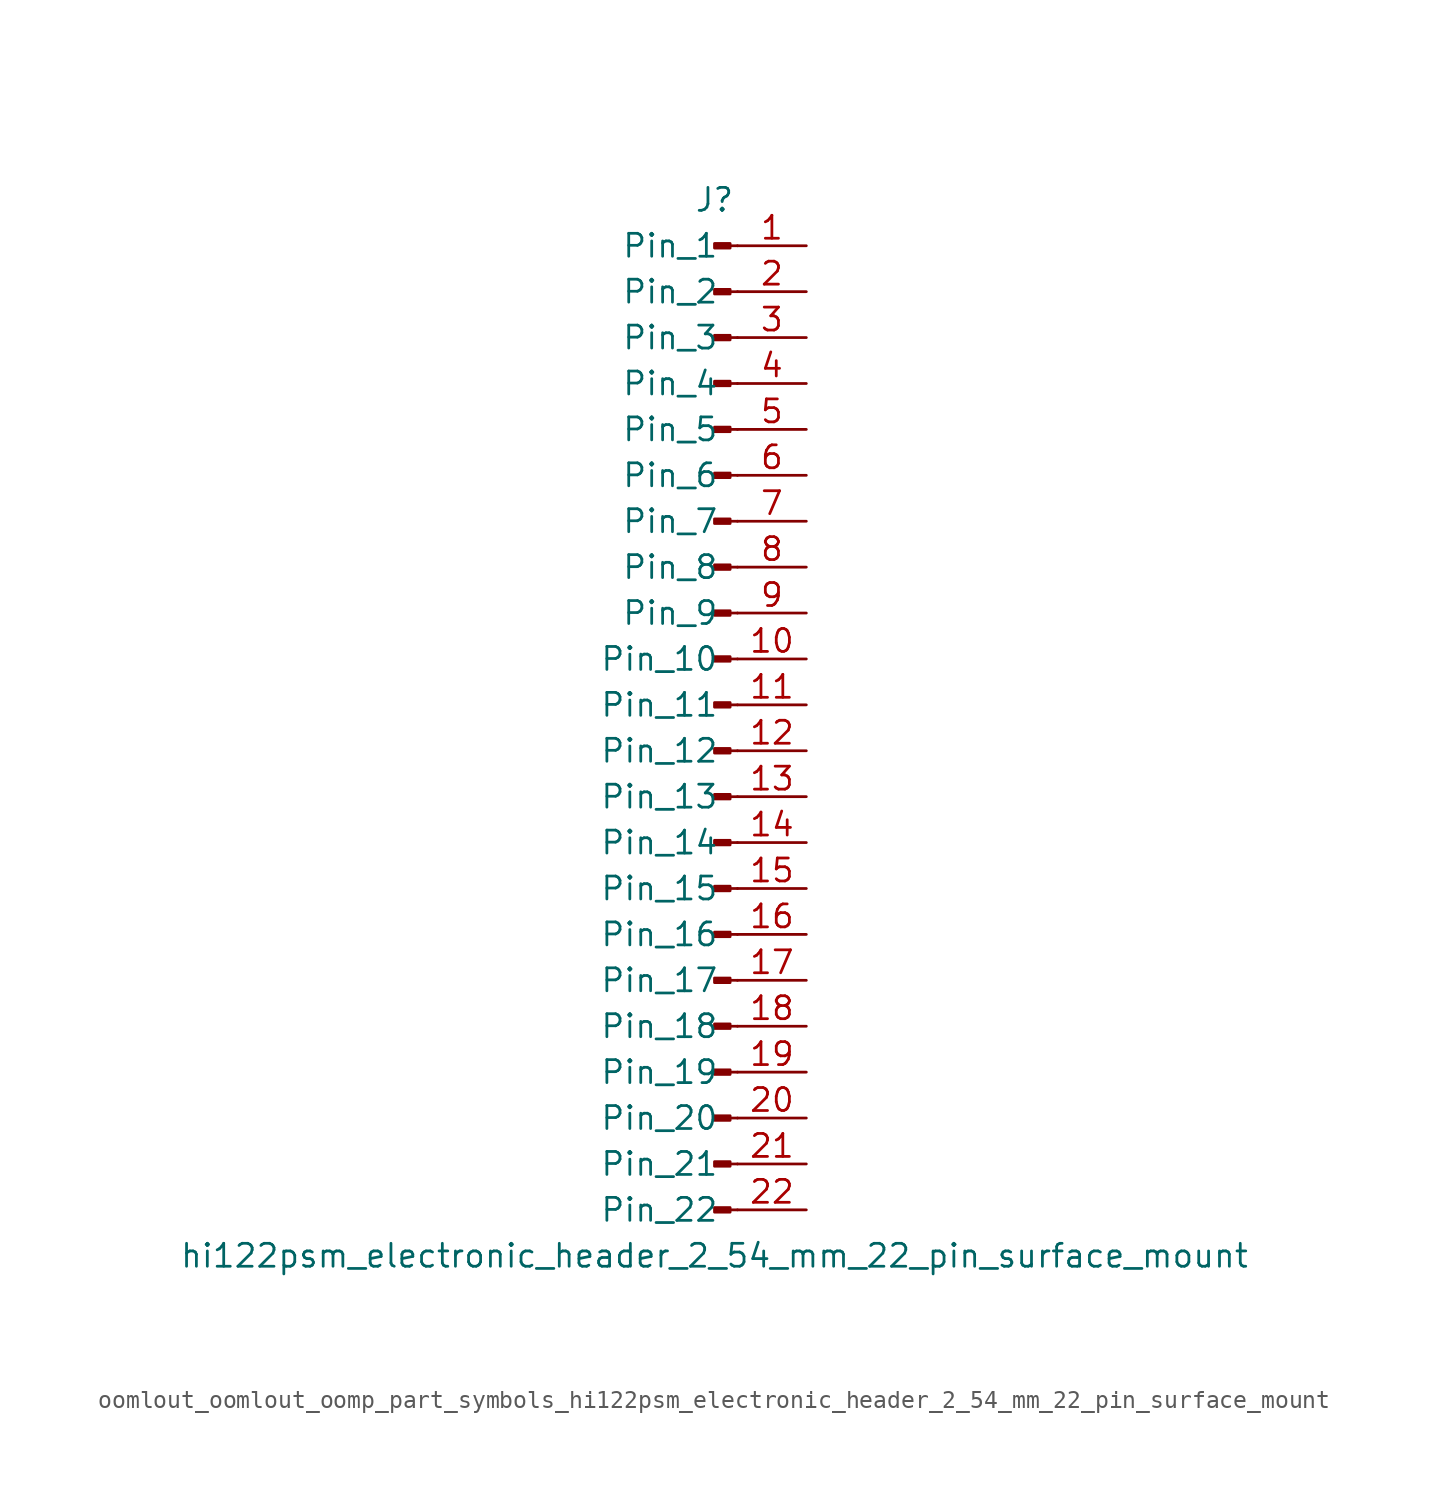
<source format=kicad_sym>
(kicad_symbol_lib
  (version 20220914)
  (generator kicad_symbol_editor)
  (symbol "oomlout_oomlout_oomp_part_symbols_hi122psm_electronic_header_2_54_mm_22_pin_surface_mount"
    (pin_names
      (offset 1.016))
    (property "Reference" "J"
      (at 0 27.94 0)
      (effects (font (size 1.27 1.27))))
    (property "Value" "hi122psm_electronic_header_2_54_mm_22_pin_surface_mount"
      (at 0 -30.48 0)
      (effects (font (size 1.27 1.27))))
    (property "ki_locked" ""
      (at 0 0 0)
      (effects (font (size 1.27 1.27))))
    (symbol "oomlout_oomlout_oomp_part_symbols_hi122psm_electronic_header_2_54_mm_22_pin_surface_mount_1_1"
      (polyline (pts (xy 1.27 -27.94) (xy 0.864 -27.94)) (stroke (width 0.152) (type default)) (fill (type none)))
      (polyline (pts (xy 1.27 -25.4) (xy 0.864 -25.4)) (stroke (width 0.152) (type default)) (fill (type none)))
      (polyline (pts (xy 1.27 -22.86) (xy 0.864 -22.86)) (stroke (width 0.152) (type default)) (fill (type none)))
      (polyline (pts (xy 1.27 -20.32) (xy 0.864 -20.32)) (stroke (width 0.152) (type default)) (fill (type none)))
      (polyline (pts (xy 1.27 -17.78) (xy 0.864 -17.78)) (stroke (width 0.152) (type default)) (fill (type none)))
      (polyline (pts (xy 1.27 -15.24) (xy 0.864 -15.24)) (stroke (width 0.152) (type default)) (fill (type none)))
      (polyline (pts (xy 1.27 -12.7) (xy 0.864 -12.7)) (stroke (width 0.152) (type default)) (fill (type none)))
      (polyline (pts (xy 1.27 -10.16) (xy 0.864 -10.16)) (stroke (width 0.152) (type default)) (fill (type none)))
      (polyline (pts (xy 1.27 -7.62) (xy 0.864 -7.62)) (stroke (width 0.152) (type default)) (fill (type none)))
      (polyline (pts (xy 1.27 -5.08) (xy 0.864 -5.08)) (stroke (width 0.152) (type default)) (fill (type none)))
      (polyline (pts (xy 1.27 -2.54) (xy 0.864 -2.54)) (stroke (width 0.152) (type default)) (fill (type none)))
      (polyline (pts (xy 1.27 0) (xy 0.864 0)) (stroke (width 0.152) (type default)) (fill (type none)))
      (polyline (pts (xy 1.27 2.54) (xy 0.864 2.54)) (stroke (width 0.152) (type default)) (fill (type none)))
      (polyline (pts (xy 1.27 5.08) (xy 0.864 5.08)) (stroke (width 0.152) (type default)) (fill (type none)))
      (polyline (pts (xy 1.27 7.62) (xy 0.864 7.62)) (stroke (width 0.152) (type default)) (fill (type none)))
      (polyline (pts (xy 1.27 10.16) (xy 0.864 10.16)) (stroke (width 0.152) (type default)) (fill (type none)))
      (polyline (pts (xy 1.27 12.7) (xy 0.864 12.7)) (stroke (width 0.152) (type default)) (fill (type none)))
      (polyline (pts (xy 1.27 15.24) (xy 0.864 15.24)) (stroke (width 0.152) (type default)) (fill (type none)))
      (polyline (pts (xy 1.27 17.78) (xy 0.864 17.78)) (stroke (width 0.152) (type default)) (fill (type none)))
      (polyline (pts (xy 1.27 20.32) (xy 0.864 20.32)) (stroke (width 0.152) (type default)) (fill (type none)))
      (polyline (pts (xy 1.27 22.86) (xy 0.864 22.86)) (stroke (width 0.152) (type default)) (fill (type none)))
      (polyline (pts (xy 1.27 25.4) (xy 0.864 25.4)) (stroke (width 0.152) (type default)) (fill (type none)))
      (rectangle (start 0.864 -27.813) (end 0 -28.067) (stroke (width 0.152) (type default)) (fill (type outline)))
      (rectangle (start 0.864 -25.273) (end 0 -25.527) (stroke (width 0.152) (type default)) (fill (type outline)))
      (rectangle (start 0.864 -22.733) (end 0 -22.987) (stroke (width 0.152) (type default)) (fill (type outline)))
      (rectangle (start 0.864 -20.193) (end 0 -20.447) (stroke (width 0.152) (type default)) (fill (type outline)))
      (rectangle (start 0.864 -17.653) (end 0 -17.907) (stroke (width 0.152) (type default)) (fill (type outline)))
      (rectangle (start 0.864 -15.113) (end 0 -15.367) (stroke (width 0.152) (type default)) (fill (type outline)))
      (rectangle (start 0.864 -12.573) (end 0 -12.827) (stroke (width 0.152) (type default)) (fill (type outline)))
      (rectangle (start 0.864 -10.033) (end 0 -10.287) (stroke (width 0.152) (type default)) (fill (type outline)))
      (rectangle (start 0.864 -7.493) (end 0 -7.747) (stroke (width 0.152) (type default)) (fill (type outline)))
      (rectangle (start 0.864 -4.953) (end 0 -5.207) (stroke (width 0.152) (type default)) (fill (type outline)))
      (rectangle (start 0.864 -2.413) (end 0 -2.667) (stroke (width 0.152) (type default)) (fill (type outline)))
      (rectangle (start 0.864 0.127) (end 0 -0.127) (stroke (width 0.152) (type default)) (fill (type outline)))
      (rectangle (start 0.864 2.667) (end 0 2.413) (stroke (width 0.152) (type default)) (fill (type outline)))
      (rectangle (start 0.864 5.207) (end 0 4.953) (stroke (width 0.152) (type default)) (fill (type outline)))
      (rectangle (start 0.864 7.747) (end 0 7.493) (stroke (width 0.152) (type default)) (fill (type outline)))
      (rectangle (start 0.864 10.287) (end 0 10.033) (stroke (width 0.152) (type default)) (fill (type outline)))
      (rectangle (start 0.864 12.827) (end 0 12.573) (stroke (width 0.152) (type default)) (fill (type outline)))
      (rectangle (start 0.864 15.367) (end 0 15.113) (stroke (width 0.152) (type default)) (fill (type outline)))
      (rectangle (start 0.864 17.907) (end 0 17.653) (stroke (width 0.152) (type default)) (fill (type outline)))
      (rectangle (start 0.864 20.447) (end 0 20.193) (stroke (width 0.152) (type default)) (fill (type outline)))
      (rectangle (start 0.864 22.987) (end 0 22.733) (stroke (width 0.152) (type default)) (fill (type outline)))
      (rectangle (start 0.864 25.527) (end 0 25.273) (stroke (width 0.152) (type default)) (fill (type outline)))
      (pin passive line (at 5.08 25.4 180) (length 3.81) (name "Pin_1" (effects (font (size 1.27 1.27)))) (number "1" (effects (font (size 1.27 1.27)))))
      (pin passive line (at 5.08 2.54 180) (length 3.81) (name "Pin_10" (effects (font (size 1.27 1.27)))) (number "10" (effects (font (size 1.27 1.27)))))
      (pin passive line (at 5.08 0 180) (length 3.81) (name "Pin_11" (effects (font (size 1.27 1.27)))) (number "11" (effects (font (size 1.27 1.27)))))
      (pin passive line (at 5.08 -2.54 180) (length 3.81) (name "Pin_12" (effects (font (size 1.27 1.27)))) (number "12" (effects (font (size 1.27 1.27)))))
      (pin passive line (at 5.08 -5.08 180) (length 3.81) (name "Pin_13" (effects (font (size 1.27 1.27)))) (number "13" (effects (font (size 1.27 1.27)))))
      (pin passive line (at 5.08 -7.62 180) (length 3.81) (name "Pin_14" (effects (font (size 1.27 1.27)))) (number "14" (effects (font (size 1.27 1.27)))))
      (pin passive line (at 5.08 -10.16 180) (length 3.81) (name "Pin_15" (effects (font (size 1.27 1.27)))) (number "15" (effects (font (size 1.27 1.27)))))
      (pin passive line (at 5.08 -12.7 180) (length 3.81) (name "Pin_16" (effects (font (size 1.27 1.27)))) (number "16" (effects (font (size 1.27 1.27)))))
      (pin passive line (at 5.08 -15.24 180) (length 3.81) (name "Pin_17" (effects (font (size 1.27 1.27)))) (number "17" (effects (font (size 1.27 1.27)))))
      (pin passive line (at 5.08 -17.78 180) (length 3.81) (name "Pin_18" (effects (font (size 1.27 1.27)))) (number "18" (effects (font (size 1.27 1.27)))))
      (pin passive line (at 5.08 -20.32 180) (length 3.81) (name "Pin_19" (effects (font (size 1.27 1.27)))) (number "19" (effects (font (size 1.27 1.27)))))
      (pin passive line (at 5.08 22.86 180) (length 3.81) (name "Pin_2" (effects (font (size 1.27 1.27)))) (number "2" (effects (font (size 1.27 1.27)))))
      (pin passive line (at 5.08 -22.86 180) (length 3.81) (name "Pin_20" (effects (font (size 1.27 1.27)))) (number "20" (effects (font (size 1.27 1.27)))))
      (pin passive line (at 5.08 -25.4 180) (length 3.81) (name "Pin_21" (effects (font (size 1.27 1.27)))) (number "21" (effects (font (size 1.27 1.27)))))
      (pin passive line (at 5.08 -27.94 180) (length 3.81) (name "Pin_22" (effects (font (size 1.27 1.27)))) (number "22" (effects (font (size 1.27 1.27)))))
      (pin passive line (at 5.08 20.32 180) (length 3.81) (name "Pin_3" (effects (font (size 1.27 1.27)))) (number "3" (effects (font (size 1.27 1.27)))))
      (pin passive line (at 5.08 17.78 180) (length 3.81) (name "Pin_4" (effects (font (size 1.27 1.27)))) (number "4" (effects (font (size 1.27 1.27)))))
      (pin passive line (at 5.08 15.24 180) (length 3.81) (name "Pin_5" (effects (font (size 1.27 1.27)))) (number "5" (effects (font (size 1.27 1.27)))))
      (pin passive line (at 5.08 12.7 180) (length 3.81) (name "Pin_6" (effects (font (size 1.27 1.27)))) (number "6" (effects (font (size 1.27 1.27)))))
      (pin passive line (at 5.08 10.16 180) (length 3.81) (name "Pin_7" (effects (font (size 1.27 1.27)))) (number "7" (effects (font (size 1.27 1.27)))))
      (pin passive line (at 5.08 7.62 180) (length 3.81) (name "Pin_8" (effects (font (size 1.27 1.27)))) (number "8" (effects (font (size 1.27 1.27)))))
      (pin passive line (at 5.08 5.08 180) (length 3.81) (name "Pin_9" (effects (font (size 1.27 1.27)))) (number "9" (effects (font (size 1.27 1.27))))))))
</source>
